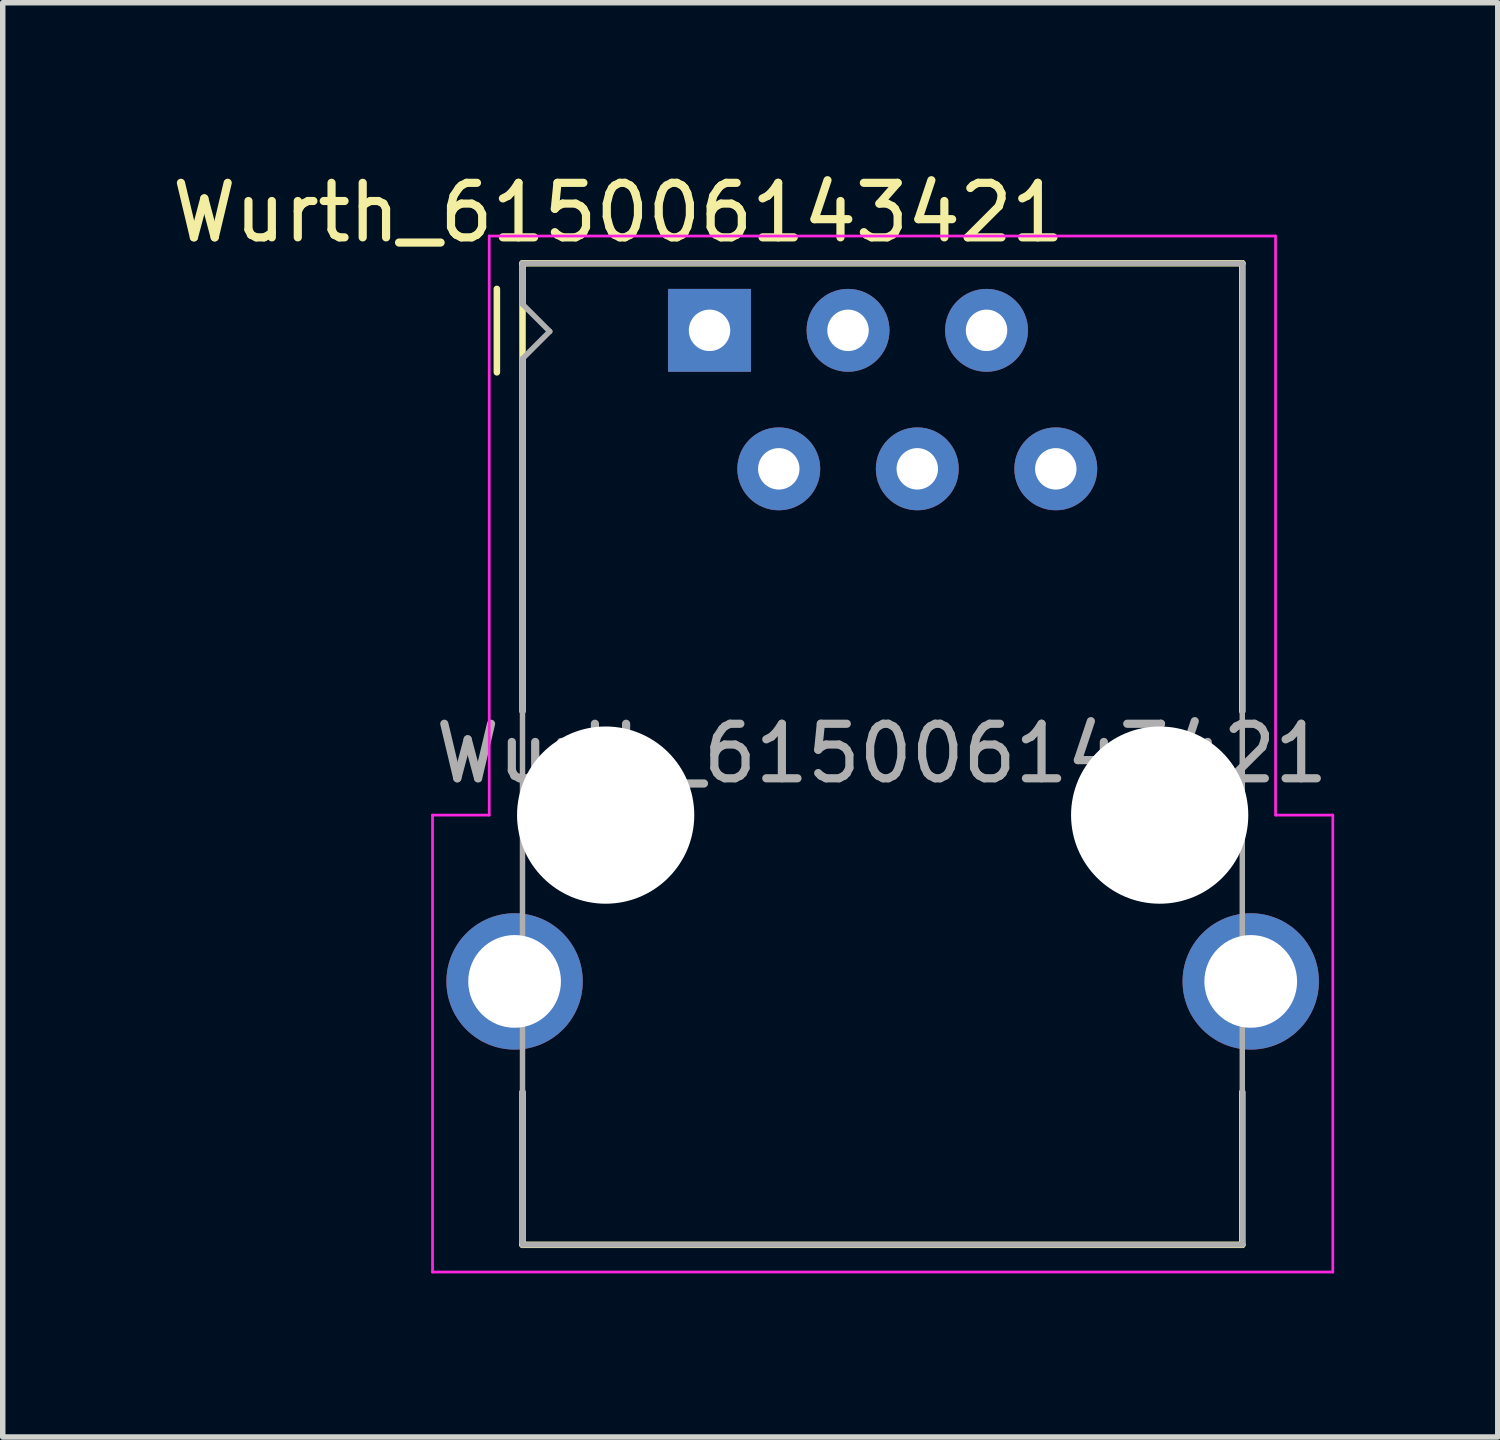
<source format=kicad_pcb>
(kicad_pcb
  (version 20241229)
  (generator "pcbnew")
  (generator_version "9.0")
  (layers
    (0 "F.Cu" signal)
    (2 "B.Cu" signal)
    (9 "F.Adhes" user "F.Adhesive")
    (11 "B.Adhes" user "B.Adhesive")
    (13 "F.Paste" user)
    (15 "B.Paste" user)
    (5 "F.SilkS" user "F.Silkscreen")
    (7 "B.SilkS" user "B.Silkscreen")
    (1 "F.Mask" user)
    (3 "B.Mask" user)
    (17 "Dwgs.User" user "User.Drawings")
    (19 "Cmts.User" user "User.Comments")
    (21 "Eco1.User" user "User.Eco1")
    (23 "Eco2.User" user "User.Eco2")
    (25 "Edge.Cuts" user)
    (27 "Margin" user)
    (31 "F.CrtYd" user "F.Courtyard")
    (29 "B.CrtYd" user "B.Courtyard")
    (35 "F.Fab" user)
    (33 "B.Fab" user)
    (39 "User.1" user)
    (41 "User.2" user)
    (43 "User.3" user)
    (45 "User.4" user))
  (footprint "Wurth_615006143421"
    (layer "F.Cu")
    (at 13.137 11.898)
    (property "Reference" "Wurth_615006143421" (at -4.845 -11.05 0) (layer "F.SilkS") (effects (font (size 1 1) (thickness 0.15))))
    (attr through_hole)
    (fp_line (start -7.075 -8.12) (end -7.075 -9.65) (stroke (width 0.12) (type solid)) (layer "F.SilkS"))
    (fp_line (start -6.605 -10.12) (end 6.595 -10.12) (stroke (width 0.12) (type solid)) (layer "F.SilkS"))
    (fp_line (start -6.605 -1.905) (end -6.605 -10.12) (stroke (width 0.12) (type solid)) (layer "F.SilkS"))
    (fp_line (start -6.605 7.88) (end -6.605 5.08) (stroke (width 0.12) (type solid)) (layer "F.SilkS"))
    (fp_line (start 6.595 -10.12) (end 6.595 -1.905) (stroke (width 0.12) (type solid)) (layer "F.SilkS"))
    (fp_line (start 6.595 7.76) (end 6.595 7.88) (stroke (width 0.1) (type solid)) (layer "F.SilkS"))
    (fp_line (start 6.595 7.87) (end 6.595 7.88) (stroke (width 0.1) (type solid)) (layer "F.SilkS"))
    (fp_line (start 6.595 7.88) (end -6.605 7.88) (stroke (width 0.12) (type solid)) (layer "F.SilkS"))
    (fp_line (start 6.595 7.88) (end 6.595 5.08) (stroke (width 0.12) (type solid)) (layer "F.SilkS"))
    (fp_line (start -8.255 0) (end -8.255 8.38) (stroke (width 0.05) (type solid)) (layer "F.CrtYd"))
    (fp_line (start -7.215 -10.62) (end 7.205 -10.62) (stroke (width 0.05) (type solid)) (layer "F.CrtYd"))
    (fp_line (start -7.215 0) (end -8.255 0) (stroke (width 0.05) (type solid)) (layer "F.CrtYd"))
    (fp_line (start -7.215 0) (end -7.215 -10.62) (stroke (width 0.05) (type solid)) (layer "F.CrtYd"))
    (fp_line (start 7.205 -10.62) (end 7.205 0) (stroke (width 0.05) (type solid)) (layer "F.CrtYd"))
    (fp_line (start 7.205 0) (end 8.255 0) (stroke (width 0.05) (type solid)) (layer "F.CrtYd"))
    (fp_line (start 8.255 0) (end 8.255 8.38) (stroke (width 0.05) (type solid)) (layer "F.CrtYd"))
    (fp_line (start 8.255 8.38) (end -8.255 8.38) (stroke (width 0.05) (type solid)) (layer "F.CrtYd"))
    (fp_line (start -6.605 -10.12) (end 6.595 -10.12) (stroke (width 0.1) (type solid)) (layer "F.Fab"))
    (fp_line (start -6.605 -9.37) (end -6.605 -10.12) (stroke (width 0.1) (type solid)) (layer "F.Fab"))
    (fp_line (start -6.605 -8.37) (end -6.105 -8.87) (stroke (width 0.1) (type solid)) (layer "F.Fab"))
    (fp_line (start -6.605 7.88) (end -6.605 -8.37) (stroke (width 0.1) (type solid)) (layer "F.Fab"))
    (fp_line (start -6.105 -8.87) (end -6.605 -9.37) (stroke (width 0.1) (type solid)) (layer "F.Fab"))
    (fp_line (start 6.595 -10.12) (end 6.595 7.88) (stroke (width 0.1) (type solid)) (layer "F.Fab"))
    (fp_line (start 6.595 7.88) (end -6.605 7.88) (stroke (width 0.1) (type solid)) (layer "F.Fab"))
    (fp_text user "${REFERENCE}" (at -0.015 -1.13 0) (layer "F.Fab") (effects (font (size 1 1) (thickness 0.15))))
    (pad "" np_thru_hole circle (at -5.08 0) (size 3.25 3.25) (drill 3.25) (layers "*.Cu" "*.Mask"))
    (pad "" np_thru_hole circle (at 5.08 0) (size 3.25 3.25) (drill 3.25) (layers "*.Cu" "*.Mask"))
    (pad "1" thru_hole rect (at -3.175 -8.89) (size 1.52 1.52) (drill 0.76) (layers "*.Cu" "*.Mask"))
    (pad "2" thru_hole circle (at -1.905 -6.35) (size 1.52 1.52) (drill 0.76) (layers "*.Cu" "*.Mask"))
    (pad "3" thru_hole circle (at -0.635 -8.89) (size 1.52 1.52) (drill 0.76) (layers "*.Cu" "*.Mask"))
    (pad "4" thru_hole circle (at 0.635 -6.35) (size 1.52 1.52) (drill 0.76) (layers "*.Cu" "*.Mask"))
    (pad "5" thru_hole circle (at 1.905 -8.89) (size 1.52 1.52) (drill 0.76) (layers "*.Cu" "*.Mask"))
    (pad "6" thru_hole circle (at 3.175 -6.35) (size 1.52 1.52) (drill 0.76) (layers "*.Cu" "*.Mask"))
    (pad "SH" thru_hole circle (at -6.75 3.05) (size 2.5 2.5) (drill 1.7) (layers "*.Cu" "*.Mask"))
    (pad "SH" thru_hole circle (at 6.75 3.05) (size 2.5 2.5) (drill 1.7) (layers "*.Cu" "*.Mask")))
  (gr_rect
    (start -3 -3)
    (end 24.417 23.303)
    (stroke (width 0.1) (type default))
    (fill no)
    (layer "Edge.Cuts")))
</source>
